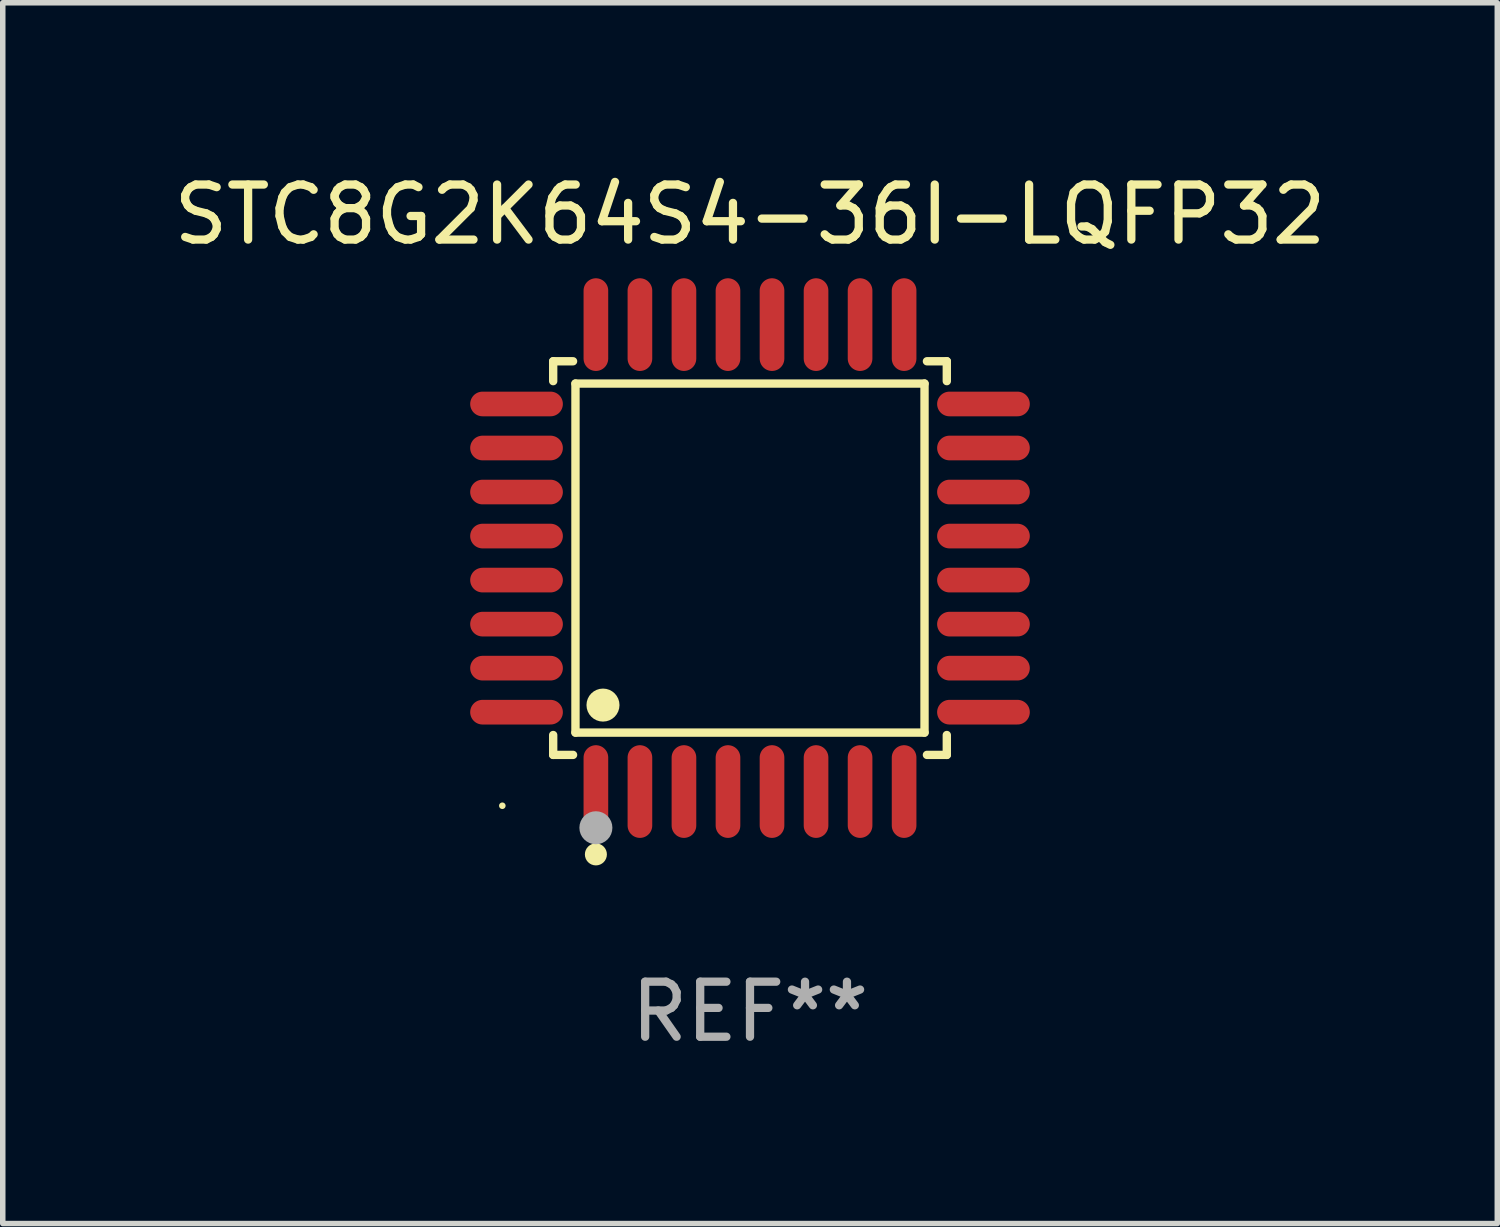
<source format=kicad_pcb>
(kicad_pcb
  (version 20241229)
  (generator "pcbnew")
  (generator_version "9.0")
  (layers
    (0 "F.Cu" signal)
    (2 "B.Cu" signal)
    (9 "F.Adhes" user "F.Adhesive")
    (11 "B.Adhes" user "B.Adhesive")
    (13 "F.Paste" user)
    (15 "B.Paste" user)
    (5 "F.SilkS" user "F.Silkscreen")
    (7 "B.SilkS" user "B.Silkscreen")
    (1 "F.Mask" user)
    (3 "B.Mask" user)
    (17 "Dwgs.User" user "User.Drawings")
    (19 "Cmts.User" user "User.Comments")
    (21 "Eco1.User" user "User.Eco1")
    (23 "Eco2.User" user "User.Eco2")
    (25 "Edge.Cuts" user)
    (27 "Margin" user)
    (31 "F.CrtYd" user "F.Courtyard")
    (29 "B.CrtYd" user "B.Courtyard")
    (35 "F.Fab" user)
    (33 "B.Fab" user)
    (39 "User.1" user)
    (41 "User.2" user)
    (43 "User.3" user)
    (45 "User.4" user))
  (footprint "STC8G2K64S4-36I-LQFP32"
    (layer "F.Cu")
    (at 10.577 7.09)
    (property "Reference" "STC8G2K64S4-36I-LQFP32" (at 0 -6.242 0) (layer "F.SilkS") (effects (font (size 1 1) (thickness 0.15))))
    (attr through_hole)
    (fp_line (start -3.576 -3.576) (end -3.215 -3.576) (stroke (width 0.152) (type solid)) (layer "F.SilkS"))
    (fp_line (start -3.576 -3.215) (end -3.576 -3.576) (stroke (width 0.152) (type solid)) (layer "F.SilkS"))
    (fp_line (start -3.576 3.215) (end -3.576 3.576) (stroke (width 0.152) (type solid)) (layer "F.SilkS"))
    (fp_line (start -3.576 3.576) (end -3.215 3.576) (stroke (width 0.152) (type solid)) (layer "F.SilkS"))
    (fp_line (start -3.171 -3.171) (end 3.171 -3.171) (stroke (width 0.152) (type solid)) (layer "F.SilkS"))
    (fp_line (start -3.171 3.171) (end -3.171 -3.171) (stroke (width 0.152) (type solid)) (layer "F.SilkS"))
    (fp_line (start 3.171 -3.171) (end 3.171 3.171) (stroke (width 0.152) (type solid)) (layer "F.SilkS"))
    (fp_line (start 3.171 3.171) (end -3.171 3.171) (stroke (width 0.152) (type solid)) (layer "F.SilkS"))
    (fp_line (start 3.576 -3.576) (end 3.215 -3.576) (stroke (width 0.152) (type solid)) (layer "F.SilkS"))
    (fp_line (start 3.576 -3.215) (end 3.576 -3.576) (stroke (width 0.152) (type solid)) (layer "F.SilkS"))
    (fp_line (start 3.576 3.215) (end 3.576 3.576) (stroke (width 0.152) (type solid)) (layer "F.SilkS"))
    (fp_line (start 3.576 3.576) (end 3.215 3.576) (stroke (width 0.152) (type solid)) (layer "F.SilkS"))
    (fp_circle (center -4.5 4.5) (end -4.47 4.5) (stroke (width 0.06) (type solid)) (fill no) (layer "F.SilkS"))
    (fp_circle (center -2.8 5.384) (end -2.7 5.384) (stroke (width 0.2) (type solid)) (fill no) (layer "F.SilkS"))
    (fp_circle (center -2.671 2.671) (end -2.521 2.671) (stroke (width 0.3) (type solid)) (fill no) (layer "F.SilkS"))
    (fp_circle (center -2.8 4.9) (end -2.65 4.9) (stroke (width 0.3) (type solid)) (fill no) (layer "F.Fab"))
    (fp_text user "REF**" (at 0 8.242 0) (layer "F.Fab") (effects (font (size 1 1) (thickness 0.15))))
    (pad "1" smd oval (at -2.8 4.242) (size 0.448 1.684) (layers "F.Cu" "F.Mask" "F.Paste"))
    (pad "2" smd oval (at -2 4.242) (size 0.448 1.684) (layers "F.Cu" "F.Mask" "F.Paste"))
    (pad "3" smd oval (at -1.2 4.242) (size 0.448 1.684) (layers "F.Cu" "F.Mask" "F.Paste"))
    (pad "4" smd oval (at -0.4 4.242) (size 0.448 1.684) (layers "F.Cu" "F.Mask" "F.Paste"))
    (pad "5" smd oval (at 0.4 4.242) (size 0.448 1.684) (layers "F.Cu" "F.Mask" "F.Paste"))
    (pad "6" smd oval (at 1.2 4.242) (size 0.448 1.684) (layers "F.Cu" "F.Mask" "F.Paste"))
    (pad "7" smd oval (at 2 4.242) (size 0.448 1.684) (layers "F.Cu" "F.Mask" "F.Paste"))
    (pad "8" smd oval (at 2.8 4.242) (size 0.448 1.684) (layers "F.Cu" "F.Mask" "F.Paste"))
    (pad "9" smd oval (at 4.242 2.8) (size 1.684 0.448) (layers "F.Cu" "F.Mask" "F.Paste"))
    (pad "10" smd oval (at 4.242 2) (size 1.684 0.448) (layers "F.Cu" "F.Mask" "F.Paste"))
    (pad "11" smd oval (at 4.242 1.2) (size 1.684 0.448) (layers "F.Cu" "F.Mask" "F.Paste"))
    (pad "12" smd oval (at 4.242 0.4) (size 1.684 0.448) (layers "F.Cu" "F.Mask" "F.Paste"))
    (pad "13" smd oval (at 4.242 -0.4) (size 1.684 0.448) (layers "F.Cu" "F.Mask" "F.Paste"))
    (pad "14" smd oval (at 4.242 -1.2) (size 1.684 0.448) (layers "F.Cu" "F.Mask" "F.Paste"))
    (pad "15" smd oval (at 4.242 -2) (size 1.684 0.448) (layers "F.Cu" "F.Mask" "F.Paste"))
    (pad "16" smd oval (at 4.242 -2.8) (size 1.684 0.448) (layers "F.Cu" "F.Mask" "F.Paste"))
    (pad "17" smd oval (at 2.8 -4.242) (size 0.448 1.684) (layers "F.Cu" "F.Mask" "F.Paste"))
    (pad "18" smd oval (at 2 -4.242) (size 0.448 1.684) (layers "F.Cu" "F.Mask" "F.Paste"))
    (pad "19" smd oval (at 1.2 -4.242) (size 0.448 1.684) (layers "F.Cu" "F.Mask" "F.Paste"))
    (pad "20" smd oval (at 0.4 -4.242) (size 0.448 1.684) (layers "F.Cu" "F.Mask" "F.Paste"))
    (pad "21" smd oval (at -0.4 -4.242) (size 0.448 1.684) (layers "F.Cu" "F.Mask" "F.Paste"))
    (pad "22" smd oval (at -1.2 -4.242) (size 0.448 1.684) (layers "F.Cu" "F.Mask" "F.Paste"))
    (pad "23" smd oval (at -2 -4.242) (size 0.448 1.684) (layers "F.Cu" "F.Mask" "F.Paste"))
    (pad "24" smd oval (at -2.8 -4.242) (size 0.448 1.684) (layers "F.Cu" "F.Mask" "F.Paste"))
    (pad "25" smd oval (at -4.242 -2.8) (size 1.684 0.448) (layers "F.Cu" "F.Mask" "F.Paste"))
    (pad "26" smd oval (at -4.242 -2) (size 1.684 0.448) (layers "F.Cu" "F.Mask" "F.Paste"))
    (pad "27" smd oval (at -4.242 -1.2) (size 1.684 0.448) (layers "F.Cu" "F.Mask" "F.Paste"))
    (pad "28" smd oval (at -4.242 -0.4) (size 1.684 0.448) (layers "F.Cu" "F.Mask" "F.Paste"))
    (pad "29" smd oval (at -4.242 0.4) (size 1.684 0.448) (layers "F.Cu" "F.Mask" "F.Paste"))
    (pad "30" smd oval (at -4.242 1.2) (size 1.684 0.448) (layers "F.Cu" "F.Mask" "F.Paste"))
    (pad "31" smd oval (at -4.242 2) (size 1.684 0.448) (layers "F.Cu" "F.Mask" "F.Paste"))
    (pad "32" smd oval (at -4.242 2.8) (size 1.684 0.448) (layers "F.Cu" "F.Mask" "F.Paste")))
  (gr_rect
    (start -3 -3)
    (end 24.155 19.181)
    (stroke (width 0.1) (type default))
    (fill no)
    (layer "Edge.Cuts")))
</source>
